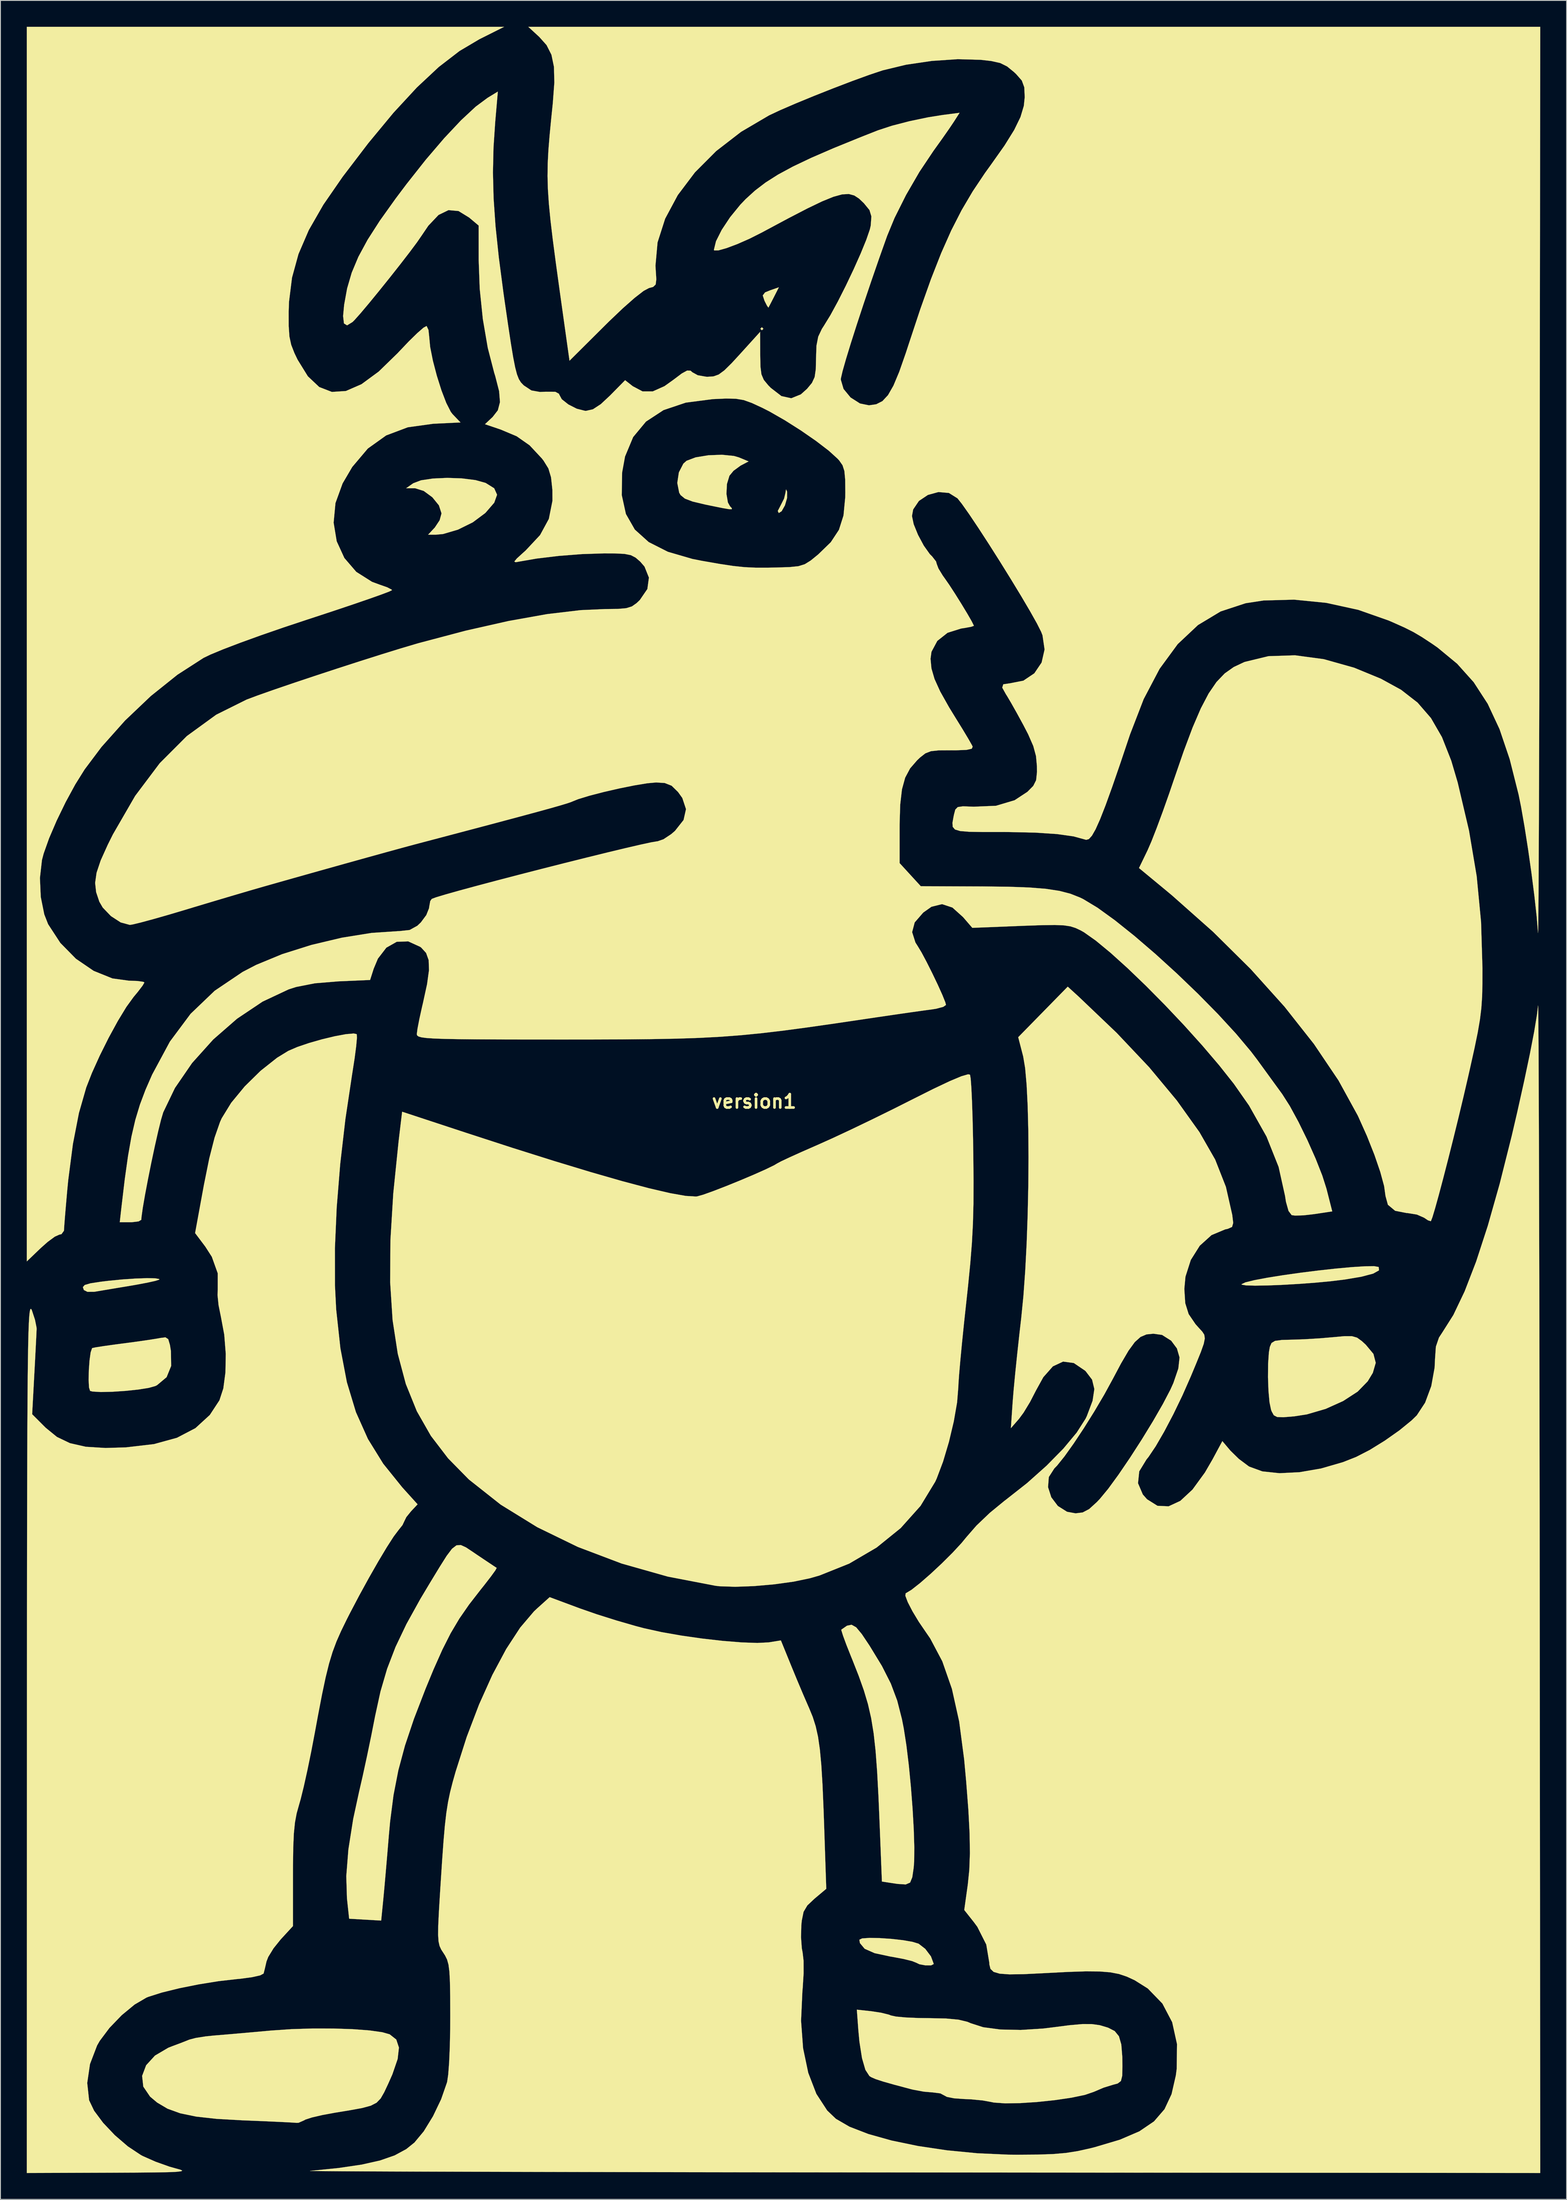
<source format=kicad_pcb>
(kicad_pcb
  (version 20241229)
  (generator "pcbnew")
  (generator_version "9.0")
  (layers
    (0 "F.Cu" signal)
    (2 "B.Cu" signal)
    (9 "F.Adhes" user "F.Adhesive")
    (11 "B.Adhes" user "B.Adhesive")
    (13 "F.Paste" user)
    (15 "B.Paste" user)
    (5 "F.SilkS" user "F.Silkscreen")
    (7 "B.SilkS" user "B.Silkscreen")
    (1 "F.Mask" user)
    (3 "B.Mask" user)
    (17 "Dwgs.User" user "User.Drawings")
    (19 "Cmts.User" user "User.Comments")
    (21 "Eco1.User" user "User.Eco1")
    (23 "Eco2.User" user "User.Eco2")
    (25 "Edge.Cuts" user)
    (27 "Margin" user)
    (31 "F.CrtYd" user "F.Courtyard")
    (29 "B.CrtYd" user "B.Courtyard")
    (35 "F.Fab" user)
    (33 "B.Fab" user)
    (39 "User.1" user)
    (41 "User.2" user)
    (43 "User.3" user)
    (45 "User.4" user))
  (footprint "version1"
    (layer "F.Cu")
    (at 82.908 122.419)
    (property "Reference" "version1" (at 0 0 0) (layer "F.SilkS") (effects (font (size 1.524 1.524) (thickness 0.3))))
    (attr through_hole)
    (fp_poly (pts (xy 1.058 -88.018) (xy 0.882 -87.842) (xy 0.706 -88.018) (xy 0.882 -88.194) (xy 1.058 -88.018)) (stroke (width 0.01) (type solid)) (fill yes) (layer "F.SilkS"))
    (fp_poly (pts (xy 2.248 -91.615) (xy 1.858 -90.857) (xy 1.639 -90.444) (xy 1.627 -90.425) (xy 1.464 -90.652) (xy 1.185 -91.199) (xy 0.983 -91.812) (xy 1.244 -92.16) (xy 1.806 -92.39) (xy 2.821 -92.743) (xy 2.248 -91.615)) (stroke (width 0.01) (type solid)) (fill yes) (layer "F.SilkS"))
    (fp_poly (pts (xy 3.759 -69.469) (xy 3.756 -68.74) (xy 3.512 -67.899) (xy 3.136 -67.236) (xy 2.811 -67.028) (xy 2.694 -67.263) (xy 2.979 -67.812) (xy 3.417 -68.677) (xy 3.569 -69.311) (xy 3.637 -69.726) (xy 3.759 -69.469)) (stroke (width 0.01) (type solid)) (fill yes) (layer "F.SilkS"))
    (fp_poly (pts (xy -68.247 20.148) (xy -67.801 20.233) (xy -67.801 20.294) (xy -68.21 20.43) (xy -69.148 20.639) (xy -70.447 20.884) (xy -71.123 21) (xy -72.653 21.254) (xy -74.02 21.483) (xy -74.999 21.648) (xy -75.216 21.685) (xy -75.993 21.687) (xy -76.398 21.484) (xy -76.513 21.15) (xy -76.299 20.908) (xy -75.648 20.716) (xy -74.452 20.533) (xy -73.663 20.438) (xy -72.04 20.277) (xy -70.504 20.173) (xy -69.194 20.129) (xy -68.247 20.148)) (stroke (width 0.01) (type solid)) (fill yes) (layer "F.SilkS"))
    (fp_poly (pts (xy 14.322 95.304) (xy 15.651 95.394) (xy 16.956 95.541) (xy 18.056 95.732) (xy 18.747 95.943) (xy 19.508 96.532) (xy 20.155 97.388) (xy 20.458 98.2) (xy 20.461 98.265) (xy 20.173 98.412) (xy 19.526 98.411) (xy 18.844 98.286) (xy 18.503 98.122) (xy 18.011 97.924) (xy 17.021 97.68) (xy 15.731 97.438) (xy 15.522 97.405) (xy 13.737 97.022) (xy 12.6 96.521) (xy 12.058 95.872) (xy 11.994 95.491) (xy 12.313 95.34) (xy 13.149 95.282) (xy 14.322 95.304)) (stroke (width 0.01) (type solid)) (fill yes) (layer "F.SilkS"))
    (fp_poly (pts (xy 71.187 18.858) (xy 71.191 18.862) (xy 71.224 19.242) (xy 70.563 19.611) (xy 69.221 19.966) (xy 67.331 20.285) (xy 65.756 20.477) (xy 63.962 20.646) (xy 62.074 20.786) (xy 60.217 20.893) (xy 58.515 20.961) (xy 57.091 20.983) (xy 56.072 20.954) (xy 55.581 20.869) (xy 55.56 20.818) (xy 56.004 20.607) (xy 57.024 20.356) (xy 58.493 20.079) (xy 60.283 19.793) (xy 62.269 19.513) (xy 64.324 19.256) (xy 66.32 19.036) (xy 68.131 18.871) (xy 69.631 18.776) (xy 70.691 18.766) (xy 71.187 18.858)) (stroke (width 0.01) (type solid)) (fill yes) (layer "F.SilkS"))
    (fp_poly (pts (xy -33.29 -70.973) (xy -31.759 -70.78) (xy -30.603 -70.457) (xy -29.627 -69.848) (xy -29.299 -69.114) (xy -29.622 -68.206) (xy -30.597 -67.078) (xy -30.66 -67.017) (xy -32.068 -65.969) (xy -33.759 -65.135) (xy -35.444 -64.64) (xy -36.284 -64.558) (xy -37.165 -64.558) (xy -36.398 -65.375) (xy -35.846 -66.206) (xy -35.631 -66.989) (xy -35.93 -67.904) (xy -36.678 -68.824) (xy -37.654 -69.542) (xy -38.634 -69.849) (xy -38.681 -69.85) (xy -39.668 -69.85) (xy -38.853 -70.421) (xy -37.971 -70.756) (xy -36.609 -70.96) (xy -34.977 -71.033) (xy -33.29 -70.973)) (stroke (width 0.01) (type solid)) (fill yes) (layer "F.SilkS"))
    (fp_poly (pts (xy -2.304 -73.532) (xy -1.738 -73.367) (xy -0.63 -72.908) (xy -1.541 -72.431) (xy -2.346 -71.843) (xy -2.813 -71.278) (xy -3.099 -70.333) (xy -3.155 -69.211) (xy -2.989 -68.229) (xy -2.752 -67.804) (xy -2.543 -67.578) (xy -2.549 -67.464) (xy -2.877 -67.468) (xy -3.636 -67.599) (xy -4.936 -67.863) (xy -5.586 -67.998) (xy -7.01 -68.336) (xy -7.889 -68.67) (xy -8.381 -69.071) (xy -8.541 -69.343) (xy -8.759 -70.456) (xy -8.578 -71.661) (xy -8.068 -72.653) (xy -7.704 -72.979) (xy -6.662 -73.372) (xy -5.219 -73.608) (xy -3.67 -73.667) (xy -2.304 -73.532)) (stroke (width 0.01) (type solid)) (fill yes) (layer "F.SilkS"))
    (fp_poly (pts (xy -66.782 27.08) (xy -66.589 27.731) (xy -66.475 28.433) (xy -66.449 30.132) (xy -66.967 31.408) (xy -68.054 32.317) (xy -68.246 32.415) (xy -68.998 32.628) (xy -70.203 32.819) (xy -71.653 32.972) (xy -73.141 33.071) (xy -74.46 33.101) (xy -75.404 33.046) (xy -75.689 32.974) (xy -75.812 32.582) (xy -75.856 31.719) (xy -75.832 30.611) (xy -75.751 29.488) (xy -75.624 28.577) (xy -75.462 28.106) (xy -75.45 28.096) (xy -75.066 28.012) (xy -74.14 27.867) (xy -72.834 27.685) (xy -71.967 27.571) (xy -70.391 27.362) (xy -68.986 27.16) (xy -67.964 26.997) (xy -67.672 26.942) (xy -67.1 26.87) (xy -66.782 27.08)) (stroke (width 0.01) (type solid)) (fill yes) (layer "F.SilkS"))
    (fp_poly (pts (xy 68.726 26.907) (xy 69.267 27.297) (xy 69.723 27.717) (xy 70.591 28.758) (xy 70.855 29.772) (xy 70.522 30.917) (xy 69.938 31.881) (xy 68.798 33.05) (xy 67.139 34.126) (xy 65.147 35.021) (xy 63.011 35.645) (xy 61.563 35.871) (xy 60.332 35.971) (xy 59.618 35.947) (xy 59.235 35.747) (xy 58.998 35.319) (xy 58.924 35.128) (xy 58.746 34.274) (xy 58.627 32.954) (xy 58.573 31.407) (xy 58.587 29.871) (xy 58.675 28.584) (xy 58.783 27.958) (xy 58.976 27.515) (xy 59.374 27.273) (xy 60.155 27.168) (xy 61.16 27.142) (xy 62.686 27.092) (xy 64.486 26.982) (xy 65.93 26.859) (xy 67.275 26.738) (xy 68.134 26.737) (xy 68.726 26.907)) (stroke (width 0.01) (type solid)) (fill yes) (layer "F.SilkS"))
    (fp_poly (pts (xy 11.632 59.903) (xy 12.27 60.668) (xy 13.143 61.972) (xy 13.181 62.032) (xy 14.569 64.311) (xy 15.579 66.304) (xy 16.307 68.244) (xy 16.85 70.368) (xy 17.059 71.438) (xy 17.358 73.363) (xy 17.633 75.631) (xy 17.871 78.086) (xy 18.062 80.568) (xy 18.195 82.92) (xy 18.258 84.984) (xy 18.24 86.601) (xy 18.187 87.287) (xy 18.027 88.378) (xy 17.781 88.978) (xy 17.278 89.194) (xy 16.35 89.134) (xy 15.485 89.005) (xy 14.566 88.863) (xy 14.319 82.62) (xy 14.174 79.184) (xy 14.022 76.342) (xy 13.846 73.98) (xy 13.625 71.986) (xy 13.341 70.247) (xy 12.976 68.65) (xy 12.508 67.084) (xy 11.921 65.435) (xy 11.195 63.591) (xy 11.035 63.2) (xy 10.516 61.893) (xy 10.136 60.862) (xy 9.948 60.259) (xy 9.943 60.165) (xy 10.586 59.719) (xy 11.109 59.61) (xy 11.632 59.903)) (stroke (width 0.01) (type solid)) (fill yes) (layer "F.SilkS"))
    (fp_poly (pts (xy -47.98 105.603) (xy -45.769 105.678) (xy -43.858 105.82) (xy -42.385 106.026) (xy -41.541 106.267) (xy -40.789 106.86) (xy -40.485 107.775) (xy -40.632 109.075) (xy -41.23 110.82) (xy -41.704 111.889) (xy -42.167 112.873) (xy -42.568 113.572) (xy -43.035 114.056) (xy -43.699 114.397) (xy -44.69 114.664) (xy -46.138 114.928) (xy -47.784 115.197) (xy -49.225 115.463) (xy -50.407 115.738) (xy -51.15 115.979) (xy -51.294 116.064) (xy -51.933 116.345) (xy -52.193 116.349) (xy -52.72 116.313) (xy -53.818 116.256) (xy -55.353 116.186) (xy -57.193 116.108) (xy -58.385 116.06) (xy -61.283 115.896) (xy -63.588 115.64) (xy -65.411 115.264) (xy -66.862 114.739) (xy -68.049 114.037) (xy -68.852 113.361) (xy -69.624 112.225) (xy -69.759 111.002) (xy -69.301 109.79) (xy -68.294 108.689) (xy -66.782 107.798) (xy -66.322 107.617) (xy -65.289 107.232) (xy -64.435 106.893) (xy -64.382 106.871) (xy -63.653 106.679) (xy -62.507 106.499) (xy -61.56 106.402) (xy -60.35 106.303) (xy -58.67 106.158) (xy -56.753 105.989) (xy -55.033 105.833) (xy -52.751 105.677) (xy -50.354 105.601) (xy -47.98 105.603)) (stroke (width 0.01) (type solid)) (fill yes) (layer "F.SilkS"))
    (fp_poly (pts (xy -32.848 50.795) (xy -32.083 51.302) (xy -31.632 51.609) (xy -30.568 52.322) (xy -29.759 52.862) (xy -29.358 53.126) (xy -29.343 53.136) (xy -29.496 53.42) (xy -30.004 54.121) (xy -30.771 55.112) (xy -31.166 55.605) (xy -32.491 57.311) (xy -33.601 58.913) (xy -34.587 60.573) (xy -35.538 62.452) (xy -36.545 64.711) (xy -37.448 66.895) (xy -38.777 70.337) (xy -39.796 73.371) (xy -40.555 76.196) (xy -41.103 79.013) (xy -41.491 82.021) (xy -41.639 83.639) (xy -41.81 85.696) (xy -41.983 87.72) (xy -42.14 89.502) (xy -42.264 90.832) (xy -42.282 91.017) (xy -42.51 93.31) (xy -44.336 93.204) (xy -46.161 93.098) (xy -46.41 90.778) (xy -46.487 88.25) (xy -46.246 85.201) (xy -45.699 81.735) (xy -45.035 78.669) (xy -44.615 76.842) (xy -44.129 74.603) (xy -43.638 72.237) (xy -43.203 70.027) (xy -43.203 70.026) (xy -42.588 67.209) (xy -41.834 64.635) (xy -40.872 62.134) (xy -39.631 59.534) (xy -38.042 56.667) (xy -36.959 54.857) (xy -35.857 53.045) (xy -35.048 51.764) (xy -34.438 50.956) (xy -33.931 50.564) (xy -33.433 50.529) (xy -32.848 50.795)) (stroke (width 0.01) (type solid)) (fill yes) (layer "F.SilkS"))
    (fp_poly (pts (xy 13.35 103.634) (xy 14.473 103.805) (xy 15.367 104.027) (xy 15.587 104.116) (xy 16.176 104.244) (xy 17.291 104.346) (xy 18.752 104.409) (xy 19.855 104.422) (xy 21.851 104.463) (xy 23.288 104.596) (xy 24.305 104.839) (xy 24.69 105.002) (xy 26.111 105.458) (xy 28.059 105.717) (xy 30.379 105.769) (xy 32.918 105.609) (xy 33.968 105.482) (xy 35.952 105.227) (xy 37.408 105.099) (xy 38.503 105.1) (xy 39.404 105.228) (xy 40.276 105.487) (xy 40.359 105.516) (xy 41.1 105.896) (xy 41.581 106.485) (xy 41.853 107.422) (xy 41.967 108.844) (xy 41.981 109.906) (xy 41.955 110.998) (xy 41.809 111.585) (xy 41.443 111.867) (xy 40.919 112.008) (xy 39.835 112.342) (xy 38.718 112.819) (xy 38.714 112.821) (xy 37.695 113.168) (xy 36.16 113.487) (xy 34.296 113.762) (xy 32.293 113.973) (xy 30.338 114.102) (xy 28.621 114.131) (xy 27.331 114.04) (xy 26.988 113.969) (xy 26.025 113.796) (xy 24.721 113.671) (xy 23.922 113.636) (xy 22.791 113.556) (xy 21.97 113.392) (xy 21.696 113.242) (xy 21.221 112.992) (xy 20.393 112.889) (xy 19.327 112.796) (xy 18.086 112.565) (xy 17.856 112.508) (xy 15.997 112.013) (xy 14.706 111.647) (xy 13.864 111.373) (xy 13.355 111.153) (xy 13.144 111.02) (xy 12.683 110.312) (xy 12.296 108.978) (xy 12.001 107.096) (xy 11.88 105.792) (xy 11.708 103.458) (xy 13.35 103.634)) (stroke (width 0.01) (type solid)) (fill yes) (layer "F.SilkS"))
    (fp_poly (pts (xy 64.933 -50.382) (xy 68.388 -49.411) (xy 71.438 -48.156) (xy 73.746 -46.891) (xy 75.624 -45.431) (xy 77.15 -43.67) (xy 78.403 -41.5) (xy 79.462 -38.816) (xy 80.194 -36.336) (xy 81.484 -30.862) (xy 82.361 -25.655) (xy 82.86 -20.44) (xy 83.019 -15.169) (xy 83.015 -13.404) (xy 82.98 -11.945) (xy 82.892 -10.636) (xy 82.731 -9.323) (xy 82.478 -7.85) (xy 82.11 -6.059) (xy 81.607 -3.797) (xy 81.38 -2.795) (xy 80.855 -0.533) (xy 80.283 1.856) (xy 79.689 4.27) (xy 79.1 6.609) (xy 78.542 8.772) (xy 78.041 10.658) (xy 77.623 12.165) (xy 77.314 13.193) (xy 77.14 13.641) (xy 77.136 13.646) (xy 76.813 13.543) (xy 76.351 13.237) (xy 75.54 12.884) (xy 74.475 12.714) (xy 74.373 12.711) (xy 73.069 12.458) (xy 72.24 11.768) (xy 71.967 10.772) (xy 71.81 9.64) (xy 71.372 8.028) (xy 70.704 6.08) (xy 69.855 3.94) (xy 68.874 1.753) (xy 68.795 1.587) (xy 66.605 -2.399) (xy 63.805 -6.55) (xy 60.451 -10.799) (xy 56.601 -15.079) (xy 52.31 -19.325) (xy 47.635 -23.47) (xy 46.893 -24.088) (xy 43.868 -26.588) (xy 44.847 -28.61) (xy 45.29 -29.629) (xy 45.889 -31.158) (xy 46.585 -33.036) (xy 47.317 -35.102) (xy 47.818 -36.571) (xy 48.964 -39.894) (xy 49.982 -42.604) (xy 50.916 -44.774) (xy 51.808 -46.475) (xy 52.701 -47.779) (xy 53.64 -48.758) (xy 54.666 -49.484) (xy 55.824 -50.029) (xy 55.935 -50.072) (xy 58.621 -50.723) (xy 61.649 -50.823) (xy 64.933 -50.382)) (stroke (width 0.01) (type solid)) (fill yes) (layer "F.SilkS"))
    (fp_poly (pts (xy 24.608 -3.05) (xy 24.686 -2.597) (xy 24.763 -1.541) (xy 24.836 0.018) (xy 24.902 1.978) (xy 24.954 4.238) (xy 24.983 5.997) (xy 25.01 9.073) (xy 25 11.65) (xy 24.94 13.934) (xy 24.823 16.131) (xy 24.638 18.448) (xy 24.376 21.091) (xy 24.189 22.811) (xy 23.927 25.232) (xy 23.695 27.505) (xy 23.504 29.506) (xy 23.364 31.114) (xy 23.288 32.203) (xy 23.278 32.512) (xy 23.136 34.279) (xy 22.759 36.448) (xy 22.207 38.776) (xy 21.538 41.023) (xy 20.811 42.949) (xy 20.645 43.314) (xy 18.969 46.071) (xy 16.708 48.598) (xy 13.964 50.815) (xy 10.843 52.643) (xy 7.448 54.002) (xy 6.35 54.317) (xy 4.485 54.704) (xy 2.29 55.006) (xy 0.000048 55.207) (xy -2.151 55.286) (xy -3.93 55.227) (xy -4.41 55.171) (xy -9.84 54.127) (xy -15.102 52.638) (xy -20.096 50.747) (xy -24.724 48.496) (xy -28.886 45.929) (xy -32.482 43.088) (xy -32.559 43.018) (xy -34.886 40.651) (xy -36.845 38.091) (xy -38.446 35.287) (xy -39.7 32.187) (xy -40.618 28.742) (xy -41.209 24.9) (xy -41.485 20.611) (xy -41.456 15.823) (xy -41.132 10.487) (xy -40.525 4.554) (xy -40.121 1.17) (xy -32.849 3.563) (xy -27.563 5.28) (xy -22.819 6.775) (xy -18.634 8.043) (xy -15.022 9.081) (xy -12 9.882) (xy -9.585 10.444) (xy -7.793 10.761) (xy -6.639 10.829) (xy -6.488 10.813) (xy -5.798 10.619) (xy -4.641 10.205) (xy -3.185 9.642) (xy -1.598 8.998) (xy -0.048 8.343) (xy 1.297 7.745) (xy 2.27 7.273) (xy 2.646 7.051) (xy 3.088 6.816) (xy 4.045 6.366) (xy 5.383 5.762) (xy 6.968 5.066) (xy 7.232 4.951) (xy 8.945 4.183) (xy 11.09 3.181) (xy 13.473 2.036) (xy 15.9 0.843) (xy 17.906 -0.167) (xy 20.394 -1.414) (xy 22.292 -2.312) (xy 23.617 -2.868) (xy 24.387 -3.092) (xy 24.608 -3.05)) (stroke (width 0.01) (type solid)) (fill yes) (layer "F.SilkS"))
    (fp_poly (pts (xy -31.314 -121.002) (xy -33.578 -119.661) (xy -35.941 -117.842) (xy -38.437 -115.51) (xy -41.103 -112.63) (xy -43.972 -109.167) (xy -46.901 -105.33) (xy -49.097 -102.153) (xy -50.76 -99.258) (xy -51.936 -96.528) (xy -52.672 -93.845) (xy -53.016 -91.091) (xy -53.054 -89.957) (xy -53.05 -88.311) (xy -52.969 -87.134) (xy -52.766 -86.191) (xy -52.398 -85.248) (xy -52.033 -84.489) (xy -50.866 -82.603) (xy -49.57 -81.381) (xy -48.129 -80.823) (xy -46.528 -80.93) (xy -44.753 -81.704) (xy -42.789 -83.145) (xy -40.619 -85.256) (xy -40.496 -85.389) (xy -39.362 -86.58) (xy -38.389 -87.531) (xy -37.679 -88.147) (xy -37.333 -88.333) (xy -37.33 -88.331) (xy -37.119 -87.884) (xy -37.042 -87.161) (xy -36.925 -85.939) (xy -36.615 -84.378) (xy -36.167 -82.669) (xy -35.64 -81.002) (xy -35.09 -79.568) (xy -34.575 -78.556) (xy -34.376 -78.296) (xy -33.467 -77.347) (xy -36.577 -77.197) (xy -39.476 -76.796) (xy -41.941 -75.869) (xy -44.031 -74.376) (xy -45.806 -72.278) (xy -46.908 -70.401) (xy -47.72 -68.165) (xy -47.93 -65.931) (xy -47.579 -63.808) (xy -46.705 -61.904) (xy -45.35 -60.329) (xy -43.552 -59.19) (xy -42.692 -58.874) (xy -41.819 -58.567) (xy -41.321 -58.306) (xy -41.277 -58.241) (xy -41.599 -58.082) (xy -42.509 -57.738) (xy -43.923 -57.237) (xy -45.756 -56.608) (xy -47.925 -55.88) (xy -50.346 -55.083) (xy -50.89 -54.906) (xy -53.66 -53.986) (xy -56.259 -53.087) (xy -58.583 -52.246) (xy -60.528 -51.504) (xy -61.989 -50.897) (xy -62.757 -50.526) (xy -65.727 -48.613) (xy -68.764 -46.184) (xy -71.705 -43.389) (xy -74.39 -40.379) (xy -76.309 -37.824) (xy -77.378 -36.113) (xy -78.472 -34.103) (xy -79.498 -31.99) (xy -80.366 -29.969) (xy -80.982 -28.236) (xy -81.174 -27.508) (xy -81.407 -25.456) (xy -81.311 -23.294) (xy -80.911 -21.308) (xy -80.474 -20.192) (xy -79.079 -18.057) (xy -77.303 -16.253) (xy -75.281 -14.874) (xy -73.144 -14.013) (xy -71.283 -13.758) (xy -70.27 -13.721) (xy -69.622 -13.626) (xy -69.497 -13.55) (xy -69.708 -13.187) (xy -70.251 -12.478) (xy -70.732 -11.899) (xy -71.55 -10.772) (xy -72.528 -9.165) (xy -73.571 -7.256) (xy -74.586 -5.222) (xy -75.481 -3.243) (xy -76.129 -1.587) (xy -76.96 1.311) (xy -77.647 4.845) (xy -78.181 8.957) (xy -78.304 10.231) (xy -78.448 11.879) (xy -78.566 13.287) (xy -78.643 14.295) (xy -78.668 14.728) (xy -78.953 15.12) (xy -79.192 15.169) (xy -79.708 15.4) (xy -80.523 15.999) (xy -81.309 16.696) (xy -82.903 18.224) (xy -82.903 -122.414) (xy -28.493 -122.414) (xy -31.314 -121.002)) (stroke (width 0.01) (type solid)) (fill yes) (layer "F.SilkS"))
    (fp_poly (pts (xy -45.296 -7.666) (xy -45.272 -7.259) (xy -45.358 -6.297) (xy -45.537 -4.92) (xy -45.793 -3.269) (xy -45.819 -3.112) (xy -46.589 2.015) (xy -47.179 7.122) (xy -47.58 12.071) (xy -47.784 16.726) (xy -47.779 20.95) (xy -47.64 23.689) (xy -47.158 28.119) (xy -46.42 31.984) (xy -45.388 35.392) (xy -44.02 38.45) (xy -42.277 41.266) (xy -40.118 43.946) (xy -40.047 44.025) (xy -38.359 45.892) (xy -39.112 46.693) (xy -39.642 47.348) (xy -39.864 47.8) (xy -39.864 47.801) (xy -40.082 48.262) (xy -40.54 48.837) (xy -41.083 49.557) (xy -41.872 50.783) (xy -42.837 52.394) (xy -43.906 54.265) (xy -45.009 56.274) (xy -46.074 58.298) (xy -46.434 59.006) (xy -47.078 60.324) (xy -47.607 61.521) (xy -48.054 62.719) (xy -48.454 64.042) (xy -48.842 65.611) (xy -49.252 67.551) (xy -49.719 69.983) (xy -50.073 71.905) (xy -50.486 74.073) (xy -50.918 76.174) (xy -51.331 78.034) (xy -51.688 79.482) (xy -51.869 80.114) (xy -52.143 81.093) (xy -52.337 82.131) (xy -52.463 83.374) (xy -52.533 84.969) (xy -52.562 87.062) (xy -52.564 88.113) (xy -52.564 93.936) (xy -53.963 95.454) (xy -54.778 96.467) (xy -55.382 97.452) (xy -55.58 97.963) (xy -55.779 98.824) (xy -55.913 99.342) (xy -56.295 99.548) (xy -57.211 99.755) (xy -58.493 99.93) (xy -58.966 99.974) (xy -61.056 100.213) (xy -63.318 100.577) (xy -65.543 101.024) (xy -67.521 101.511) (xy -69.045 101.995) (xy -69.259 102.08) (xy -70.61 102.87) (xy -72.085 104.087) (xy -73.479 105.533) (xy -74.587 107.01) (xy -74.89 107.536) (xy -75.7 109.654) (xy -76.016 111.808) (xy -75.803 113.767) (xy -75.8 113.78) (xy -75.231 114.971) (xy -74.202 116.35) (xy -72.868 117.757) (xy -71.384 119.032) (xy -69.902 120.016) (xy -69.673 120.137) (xy -68.229 120.775) (xy -66.656 121.336) (xy -65.907 121.547) (xy -65.404 121.682) (xy -65.186 121.789) (xy -65.312 121.87) (xy -65.841 121.929) (xy -66.833 121.972) (xy -68.347 122) (xy -70.442 122.018) (xy -73.178 122.03) (xy -73.466 122.031) (xy -82.903 122.061) (xy -82.887 72.231) (xy -82.885 65.297) (xy -82.881 59.035) (xy -82.876 53.414) (xy -82.87 48.4) (xy -82.861 43.961) (xy -82.85 40.064) (xy -82.836 36.676) (xy -82.818 33.765) (xy -82.797 31.298) (xy -82.772 29.242) (xy -82.743 27.565) (xy -82.709 26.233) (xy -82.669 25.215) (xy -82.624 24.477) (xy -82.574 23.987) (xy -82.516 23.712) (xy -82.452 23.619) (xy -82.381 23.676) (xy -82.317 23.812) (xy -81.97 24.867) (xy -81.792 25.754) (xy -81.784 25.929) (xy -81.811 26.54) (xy -81.869 27.694) (xy -81.948 29.231) (xy -82.042 30.989) (xy -82.05 31.131) (xy -82.292 35.628) (xy -80.746 37.174) (xy -79.467 38.216) (xy -77.986 38.926) (xy -76.179 39.336) (xy -73.925 39.475) (xy -71.614 39.405) (xy -68.415 39.034) (xy -65.79 38.314) (xy -63.683 37.215) (xy -62.042 35.713) (xy -60.945 34.043) (xy -60.502 32.689) (xy -60.26 30.86) (xy -60.224 28.755) (xy -60.395 26.576) (xy -60.778 24.525) (xy -60.78 24.518) (xy -61.044 23.216) (xy -61.163 22.046) (xy -61.136 21.436) (xy -61.135 19.588) (xy -61.814 17.693) (xy -62.56 16.532) (xy -63.72 14.993) (xy -62.718 9.525) (xy -62.106 6.493) (xy -61.498 4.117) (xy -60.881 2.347) (xy -60.691 1.922) (xy -59.606 0.155) (xy -58.066 -1.712) (xy -56.26 -3.486) (xy -54.376 -4.978) (xy -53.104 -5.757) (xy -52.073 -6.203) (xy -50.731 -6.658) (xy -49.248 -7.081) (xy -47.791 -7.43) (xy -46.531 -7.664) (xy -45.635 -7.742) (xy -45.296 -7.666)) (stroke (width 0.01) (type solid)) (fill yes) (layer "F.SilkS"))
    (fp_poly (pts (xy 37.012 -11.924) (xy 41.328 -7.809) (xy 45.035 -3.889) (xy 48.184 -0.107) (xy 50.759 3.494) (xy 52.552 6.62) (xy 53.775 9.727) (xy 54.498 12.916) (xy 54.608 13.84) (xy 54.476 14.296) (xy 53.994 14.509) (xy 53.694 14.573) (xy 52.135 15.225) (xy 50.797 16.432) (xy 49.775 18.055) (xy 49.166 19.957) (xy 49.036 21.352) (xy 49.141 22.981) (xy 49.529 24.222) (xy 50.311 25.37) (xy 50.71 25.817) (xy 51.082 26.22) (xy 51.31 26.572) (xy 51.372 26.995) (xy 51.249 27.612) (xy 50.919 28.545) (xy 50.362 29.916) (xy 49.77 31.335) (xy 48.82 33.489) (xy 47.785 35.63) (xy 46.742 37.611) (xy 45.773 39.282) (xy 44.955 40.497) (xy 44.722 40.784) (xy 43.896 42.138) (xy 43.757 43.489) (xy 44.305 44.77) (xy 44.785 45.315) (xy 45.973 46.061) (xy 47.245 46.119) (xy 48.581 45.499) (xy 49.966 44.213) (xy 51.382 42.271) (xy 52.249 40.777) (xy 53.371 38.692) (xy 54.291 39.78) (xy 55.252 40.72) (xy 56.356 41.545) (xy 56.444 41.599) (xy 57.932 42.141) (xy 59.888 42.348) (xy 62.167 42.233) (xy 64.624 41.809) (xy 67.114 41.089) (xy 68.615 40.498) (xy 70.162 39.704) (xy 71.885 38.64) (xy 73.557 37.463) (xy 74.948 36.329) (xy 75.536 35.755) (xy 76.483 34.314) (xy 77.185 32.424) (xy 77.565 30.323) (xy 77.611 29.339) (xy 77.709 27.932) (xy 78.059 26.902) (xy 78.442 26.315) (xy 79.702 24.325) (xy 80.987 21.633) (xy 82.297 18.242) (xy 83.629 14.156) (xy 84.983 9.378) (xy 86.358 3.911) (xy 86.981 1.235) (xy 87.78 -2.353) (xy 88.427 -5.429) (xy 88.914 -7.949) (xy 89.231 -9.869) (xy 89.356 -10.936) (xy 89.37 -10.752) (xy 89.383 -9.895) (xy 89.396 -8.399) (xy 89.41 -6.296) (xy 89.423 -3.621) (xy 89.437 -0.406) (xy 89.45 3.316) (xy 89.463 7.512) (xy 89.475 12.148) (xy 89.487 17.192) (xy 89.499 22.61) (xy 89.509 28.369) (xy 89.519 34.436) (xy 89.528 40.778) (xy 89.536 47.362) (xy 89.543 54.154) (xy 89.544 54.769) (xy 89.606 122.061) (xy 18.785 122.002) (xy 11.793 121.995) (xy 5.004 121.988) (xy -1.551 121.98) (xy -7.838 121.971) (xy -13.825 121.961) (xy -19.48 121.95) (xy -24.769 121.939) (xy -29.662 121.928) (xy -34.125 121.916) (xy -38.126 121.904) (xy -41.632 121.891) (xy -44.611 121.879) (xy -47.03 121.866) (xy -48.858 121.853) (xy -50.061 121.841) (xy -50.607 121.829) (xy -50.624 121.823) (xy -47.375 121.496) (xy -44.743 121.109) (xy -42.638 120.637) (xy -40.971 120.057) (xy -39.654 119.345) (xy -38.722 118.597) (xy -37.659 117.319) (xy -36.6 115.593) (xy -35.676 113.664) (xy -35.019 111.778) (xy -34.986 111.654) (xy -34.866 110.83) (xy -34.763 109.453) (xy -34.686 107.675) (xy -34.642 105.647) (xy -34.634 104.185) (xy -34.643 101.958) (xy -34.671 100.319) (xy -34.731 99.15) (xy -34.836 98.333) (xy -34.998 97.749) (xy -35.23 97.283) (xy -35.403 97.016) (xy -35.668 96.607) (xy -35.856 96.199) (xy -35.971 95.681) (xy -36.02 94.943) (xy -36.006 93.874) (xy -35.934 92.365) (xy -35.81 90.306) (xy -35.747 89.316) (xy -35.564 86.495) (xy -35.403 84.256) (xy -35.248 82.478) (xy -35.082 81.038) (xy -34.889 79.814) (xy -34.653 78.684) (xy -34.358 77.525) (xy -34.02 76.331) (xy -32.762 72.391) (xy -31.353 68.694) (xy -29.839 65.327) (xy -28.261 62.378) (xy -26.665 59.936) (xy -25.095 58.089) (xy -24.766 57.779) (xy -23.306 56.467) (xy -19.855 57.75) (xy -17.937 58.416) (xy -15.693 59.123) (xy -13.488 59.76) (xy -12.541 60.009) (xy -10.572 60.444) (xy -8.315 60.841) (xy -5.933 61.181) (xy -3.585 61.447) (xy -1.433 61.621) (xy 0.362 61.684) (xy 1.641 61.62) (xy 1.712 61.609) (xy 3.051 61.395) (xy 4.234 64.299) (xy 4.898 65.908) (xy 5.585 67.535) (xy 6.166 68.876) (xy 6.259 69.084) (xy 6.68 70.11) (xy 7.017 71.17) (xy 7.284 72.368) (xy 7.493 73.808) (xy 7.659 75.592) (xy 7.795 77.823) (xy 7.914 80.606) (xy 7.972 82.229) (xy 8.223 89.69) (xy 6.88 90.818) (xy 6.068 91.582) (xy 5.636 92.312) (xy 5.432 93.316) (xy 5.38 93.862) (xy 5.346 95.204) (xy 5.436 96.459) (xy 5.528 96.952) (xy 5.638 97.896) (xy 5.641 99.318) (xy 5.537 101.001) (xy 5.503 101.361) (xy 5.35 104.72) (xy 5.58 107.847) (xy 6.17 110.654) (xy 7.094 113.05) (xy 8.331 114.946) (xy 9.323 115.892) (xy 10.875 116.793) (xy 13.024 117.623) (xy 15.662 118.362) (xy 18.68 118.987) (xy 21.973 119.478) (xy 25.431 119.814) (xy 28.948 119.972) (xy 29.986 119.981) (xy 32.28 119.966) (xy 34.063 119.906) (xy 35.529 119.78) (xy 36.871 119.57) (xy 38.284 119.257) (xy 38.842 119.116) (xy 41.689 118.27) (xy 43.909 117.318) (xy 45.579 116.185) (xy 46.777 114.798) (xy 47.581 113.082) (xy 48.067 110.962) (xy 48.167 110.204) (xy 48.203 107.381) (xy 47.652 104.885) (xy 46.535 102.759) (xy 44.872 101.045) (xy 43.377 100.106) (xy 42.483 99.694) (xy 41.595 99.396) (xy 40.593 99.203) (xy 39.363 99.105) (xy 37.786 99.093) (xy 35.747 99.16) (xy 33.129 99.295) (xy 32.954 99.305) (xy 30.721 99.414) (xy 29.096 99.437) (xy 27.987 99.356) (xy 27.299 99.154) (xy 26.94 98.812) (xy 26.816 98.313) (xy 26.811 98.134) (xy 26.463 96.043) (xy 25.44 94.017) (xy 25.05 93.49) (xy 23.951 92.103) (xy 24.359 89.178) (xy 24.527 87.528) (xy 24.596 85.634) (xy 24.562 83.399) (xy 24.423 80.727) (xy 24.176 77.521) (xy 23.943 74.965) (xy 23.373 70.63) (xy 22.546 66.914) (xy 21.45 63.776) (xy 20.072 61.174) (xy 19.608 60.501) (xy 18.774 59.28) (xy 18.05 58.078) (xy 17.513 57.039) (xy 17.237 56.308) (xy 17.271 56.032) (xy 17.922 55.642) (xy 18.917 54.86) (xy 20.123 53.809) (xy 21.403 52.615) (xy 22.623 51.402) (xy 23.648 50.295) (xy 24.186 49.64) (xy 25.339 48.317) (xy 26.862 46.865) (xy 28.516 45.508) (xy 28.671 45.392) (xy 30.525 43.934) (xy 33.501 43.934) (xy 33.871 45.089) (xy 34.62 46.081) (xy 35.669 46.742) (xy 36.642 46.919) (xy 37.449 46.819) (xy 38.184 46.435) (xy 39.055 45.644) (xy 39.401 45.281) (xy 40.351 44.133) (xy 41.532 42.516) (xy 42.845 40.586) (xy 44.192 38.498) (xy 45.472 36.407) (xy 46.589 34.469) (xy 47.443 32.838) (xy 47.788 32.075) (xy 48.354 30.421) (xy 48.492 29.163) (xy 48.192 28.132) (xy 47.537 27.252) (xy 46.495 26.593) (xy 45.508 26.458) (xy 44.727 26.535) (xy 44.048 26.822) (xy 43.391 27.41) (xy 42.677 28.388) (xy 41.824 29.843) (xy 40.904 31.574) (xy 39.919 33.377) (xy 38.785 35.299) (xy 37.592 37.206) (xy 36.427 38.962) (xy 35.377 40.433) (xy 34.532 41.484) (xy 34.217 41.807) (xy 33.59 42.784) (xy 33.501 43.934) (xy 30.525 43.934) (xy 31.112 43.472) (xy 33.337 41.489) (xy 35.254 39.541) (xy 36.766 37.726) (xy 37.78 36.141) (xy 37.925 35.839) (xy 38.58 34.098) (xy 38.781 32.761) (xy 38.522 31.689) (xy 37.798 30.741) (xy 37.71 30.657) (xy 36.436 29.795) (xy 35.217 29.634) (xy 34.058 30.173) (xy 32.964 31.41) (xy 32.128 32.922) (xy 31.451 34.235) (xy 30.717 35.444) (xy 30.189 36.16) (xy 29.267 37.218) (xy 29.471 34.219) (xy 29.582 32.859) (xy 29.76 30.986) (xy 29.987 28.784) (xy 30.243 26.441) (xy 30.444 24.694) (xy 30.694 22.175) (xy 30.901 19.302) (xy 31.063 16.18) (xy 31.18 12.914) (xy 31.252 9.611) (xy 31.276 6.375) (xy 31.253 3.311) (xy 31.182 0.525) (xy 31.062 -1.878) (xy 30.893 -3.793) (xy 30.672 -5.114) (xy 30.661 -5.158) (xy 30.102 -7.318) (xy 35.747 -13.078) (xy 37.012 -11.924)) (stroke (width 0.01) (type solid)) (fill yes) (layer "F.SilkS"))
    (fp_poly (pts (xy 89.539 -69.762) (xy 89.53 -63.766) (xy 89.521 -57.991) (xy 89.51 -52.473) (xy 89.498 -47.248) (xy 89.485 -42.353) (xy 89.472 -37.824) (xy 89.458 -33.699) (xy 89.443 -30.013) (xy 89.428 -26.804) (xy 89.413 -24.108) (xy 89.398 -21.962) (xy 89.383 -20.402) (xy 89.368 -19.464) (xy 89.353 -19.187) (xy 89.349 -19.226) (xy 89.199 -21.06) (xy 88.942 -23.384) (xy 88.608 -25.997) (xy 88.224 -28.697) (xy 87.819 -31.283) (xy 87.422 -33.553) (xy 87.138 -34.961) (xy 86.123 -38.991) (xy 84.966 -42.41) (xy 83.614 -45.303) (xy 82.02 -47.758) (xy 80.131 -49.863) (xy 77.899 -51.705) (xy 77.258 -52.151) (xy 76.111 -52.904) (xy 75.157 -53.468) (xy 74.136 -53.982) (xy 72.792 -54.582) (xy 72.319 -54.786) (xy 68.871 -55.997) (xy 65.218 -56.796) (xy 61.554 -57.161) (xy 58.073 -57.067) (xy 56.021 -56.753) (xy 53.172 -55.817) (xy 50.595 -54.268) (xy 48.282 -52.095) (xy 46.222 -49.288) (xy 44.404 -45.833) (xy 42.847 -41.804) (xy 41.741 -38.512) (xy 40.819 -35.84) (xy 40.057 -33.734) (xy 39.432 -32.14) (xy 38.923 -31.004) (xy 38.505 -30.271) (xy 38.156 -29.888) (xy 37.853 -29.8) (xy 37.769 -29.822) (xy 36.412 -30.194) (xy 34.516 -30.46) (xy 32.031 -30.623) (xy 28.906 -30.69) (xy 28.174 -30.692) (xy 26.03 -30.692) (xy 24.498 -30.718) (xy 23.484 -30.802) (xy 22.893 -30.98) (xy 22.633 -31.286) (xy 22.609 -31.755) (xy 22.728 -32.42) (xy 22.78 -32.676) (xy 22.929 -33.244) (xy 23.209 -33.534) (xy 23.805 -33.621) (xy 24.905 -33.58) (xy 25.017 -33.574) (xy 27.571 -33.681) (xy 29.693 -34.313) (xy 31.146 -35.267) (xy 31.816 -35.943) (xy 32.145 -36.597) (xy 32.241 -37.517) (xy 32.236 -38.18) (xy 32.13 -39.343) (xy 31.822 -40.482) (xy 31.234 -41.828) (xy 30.687 -42.882) (xy 29.955 -44.225) (xy 29.295 -45.396) (xy 28.816 -46.206) (xy 28.702 -46.381) (xy 28.28 -47.142) (xy 28.402 -47.521) (xy 29.105 -47.625) (xy 29.122 -47.625) (xy 30.694 -47.933) (xy 31.937 -48.768) (xy 32.769 -49.997) (xy 33.108 -51.485) (xy 32.871 -53.099) (xy 32.718 -53.494) (xy 32.238 -54.447) (xy 31.453 -55.844) (xy 30.438 -57.566) (xy 29.266 -59.494) (xy 28.014 -61.51) (xy 26.754 -63.495) (xy 25.561 -65.33) (xy 24.51 -66.898) (xy 23.675 -68.079) (xy 23.179 -68.703) (xy 22.199 -69.315) (xy 21.012 -69.42) (xy 19.81 -69.092) (xy 18.785 -68.407) (xy 18.129 -67.438) (xy 17.992 -66.688) (xy 18.187 -65.756) (xy 18.682 -64.54) (xy 19.341 -63.312) (xy 20.029 -62.345) (xy 20.296 -62.08) (xy 20.736 -61.516) (xy 20.814 -61.232) (xy 21.011 -60.709) (xy 21.505 -59.901) (xy 21.721 -59.6) (xy 22.241 -58.853) (xy 22.911 -57.822) (xy 23.629 -56.675) (xy 24.292 -55.579) (xy 24.796 -54.704) (xy 25.039 -54.216) (xy 25.047 -54.179) (xy 24.735 -54.068) (xy 23.953 -53.925) (xy 23.597 -53.873) (xy 22.048 -53.387) (xy 20.88 -52.462) (xy 20.215 -51.22) (xy 20.108 -50.424) (xy 20.213 -49.322) (xy 20.564 -48.12) (xy 21.214 -46.691) (xy 22.217 -44.908) (xy 22.974 -43.675) (xy 23.765 -42.397) (xy 24.412 -41.318) (xy 24.823 -40.596) (xy 24.912 -40.414) (xy 24.806 -40.181) (xy 24.209 -40.047) (xy 23.032 -40) (xy 22.429 -40.001) (xy 21.049 -39.994) (xy 20.153 -39.899) (xy 19.517 -39.652) (xy 18.921 -39.186) (xy 18.581 -38.864) (xy 17.782 -37.942) (xy 17.217 -36.884) (xy 16.852 -35.556) (xy 16.652 -33.823) (xy 16.582 -31.549) (xy 16.581 -31.087) (xy 16.581 -27.154) (xy 17.789 -25.836) (xy 18.997 -24.518) (xy 25.991 -24.493) (xy 28.976 -24.46) (xy 31.365 -24.373) (xy 33.268 -24.221) (xy 34.794 -23.988) (xy 36.052 -23.662) (xy 37.15 -23.228) (xy 37.519 -23.048) (xy 39.14 -22.07) (xy 41.117 -20.642) (xy 43.351 -18.855) (xy 45.743 -16.801) (xy 48.195 -14.569) (xy 50.609 -12.251) (xy 52.886 -9.937) (xy 54.928 -7.719) (xy 56.636 -5.686) (xy 57.338 -4.763) (xy 58.323 -3.409) (xy 59.243 -2.143) (xy 59.96 -1.16) (xy 60.194 -0.839) (xy 61.063 0.523) (xy 62.053 2.344) (xy 63.066 4.412) (xy 64.002 6.516) (xy 64.762 8.443) (xy 65.232 9.918) (xy 65.897 12.524) (xy 63.839 12.834) (xy 62.638 12.972) (xy 61.679 13.003) (xy 61.273 12.951) (xy 60.914 12.476) (xy 60.621 11.431) (xy 60.517 10.759) (xy 59.783 7.454) (xy 58.405 4.001) (xy 56.411 0.463) (xy 54.674 -2.017) (xy 53.002 -4.125) (xy 51.08 -6.378) (xy 48.992 -8.695) (xy 46.819 -10.992) (xy 44.646 -13.186) (xy 42.555 -15.193) (xy 40.629 -16.931) (xy 38.951 -18.317) (xy 37.605 -19.268) (xy 37.22 -19.486) (xy 36.631 -19.762) (xy 36.033 -19.95) (xy 35.293 -20.059) (xy 34.279 -20.1) (xy 32.856 -20.082) (xy 30.893 -20.015) (xy 30.341 -19.993) (xy 24.871 -19.775) (xy 23.812 -21.002) (xy 22.604 -22.087) (xy 21.42 -22.477) (xy 20.213 -22.177) (xy 19.277 -21.517) (xy 18.302 -20.394) (xy 18.011 -19.286) (xy 18.387 -18.104) (xy 18.648 -17.693) (xy 19.081 -16.977) (xy 19.662 -15.888) (xy 20.308 -14.601) (xy 20.935 -13.291) (xy 21.458 -12.131) (xy 21.793 -11.296) (xy 21.872 -10.995) (xy 21.557 -10.774) (xy 20.753 -10.561) (xy 20.197 -10.474) (xy 19.282 -10.352) (xy 17.828 -10.148) (xy 15.993 -9.883) (xy 13.937 -9.582) (xy 12.524 -9.372) (xy 9.013 -8.853) (xy 5.96 -8.418) (xy 3.258 -8.059) (xy 0.796 -7.769) (xy -1.533 -7.541) (xy -3.839 -7.367) (xy -6.231 -7.24) (xy -8.818 -7.153) (xy -11.708 -7.099) (xy -15.01 -7.069) (xy -18.833 -7.057) (xy -21.846 -7.056) (xy -25.704 -7.057) (xy -28.916 -7.062) (xy -31.54 -7.074) (xy -33.636 -7.094) (xy -35.261 -7.124) (xy -36.476 -7.168) (xy -37.339 -7.226) (xy -37.909 -7.302) (xy -38.245 -7.397) (xy -38.405 -7.513) (xy -38.45 -7.653) (xy -38.45 -7.673) (xy -38.37 -8.288) (xy -38.158 -9.384) (xy -37.855 -10.757) (xy -37.745 -11.223) (xy -37.279 -13.36) (xy -37.061 -14.946) (xy -37.096 -16.095) (xy -37.39 -16.917) (xy -37.947 -17.526) (xy -38.066 -17.615) (xy -39.425 -18.233) (xy -40.738 -18.187) (xy -41.92 -17.518) (xy -42.883 -16.267) (xy -43.363 -15.121) (xy -43.773 -13.837) (xy -47.375 -13.681) (xy -50.06 -13.46) (xy -52.198 -13.041) (xy -53.054 -12.769) (xy -56.025 -11.374) (xy -58.936 -9.426) (xy -61.659 -7.052) (xy -64.063 -4.378) (xy -66.018 -1.532) (xy -67.352 1.239) (xy -67.599 2.068) (xy -67.929 3.403) (xy -68.31 5.088) (xy -68.708 6.961) (xy -69.091 8.866) (xy -69.428 10.641) (xy -69.685 12.129) (xy -69.83 13.171) (xy -69.85 13.48) (xy -70.16 13.664) (xy -70.922 13.756) (xy -71.078 13.758) (xy -72.306 13.758) (xy -72.118 12.083) (xy -71.736 8.859) (xy -71.364 6.207) (xy -70.973 3.995) (xy -70.531 2.091) (xy -70.009 0.363) (xy -69.375 -1.322) (xy -68.615 -3.06) (xy -66.593 -6.816) (xy -64.234 -9.981) (xy -61.486 -12.61) (xy -58.298 -14.758) (xy -56.758 -15.557) (xy -53.801 -16.778) (xy -50.466 -17.829) (xy -46.991 -18.654) (xy -43.614 -19.197) (xy -40.572 -19.402) (xy -40.448 -19.403) (xy -39.267 -19.53) (xy -38.391 -20.012) (xy -37.99 -20.392) (xy -37.367 -21.229) (xy -37.051 -22.019) (xy -37.042 -22.135) (xy -36.918 -22.822) (xy -36.744 -23.073) (xy -36.243 -23.26) (xy -35.151 -23.588) (xy -33.566 -24.033) (xy -31.584 -24.571) (xy -29.301 -25.176) (xy -26.812 -25.825) (xy -24.215 -26.492) (xy -21.605 -27.154) (xy -19.078 -27.785) (xy -16.731 -28.362) (xy -14.659 -28.859) (xy -12.959 -29.253) (xy -11.728 -29.519) (xy -11.06 -29.631) (xy -11.013 -29.633) (xy -10.333 -29.866) (xy -9.447 -30.454) (xy -9.021 -30.822) (xy -8.042 -32.062) (xy -7.764 -33.3) (xy -8.185 -34.57) (xy -8.674 -35.251) (xy -9.402 -35.964) (xy -10.193 -36.275) (xy -11.168 -36.336) (xy -12.174 -36.245) (xy -13.639 -36.004) (xy -15.36 -35.657) (xy -17.135 -35.25) (xy -18.764 -34.828) (xy -20.044 -34.438) (xy -20.637 -34.201) (xy -20.915 -34.087) (xy -21.41 -33.923) (xy -22.176 -33.693) (xy -23.266 -33.384) (xy -24.732 -32.981) (xy -26.627 -32.469) (xy -29.005 -31.833) (xy -31.918 -31.061) (xy -35.42 -30.136) (xy -38.629 -29.291) (xy -39.935 -28.94) (xy -41.8 -28.429) (xy -44.103 -27.792) (xy -46.725 -27.062) (xy -49.547 -26.272) (xy -52.447 -25.456) (xy -55.307 -24.647) (xy -55.915 -24.474) (xy -57.388 -24.049) (xy -59.327 -23.479) (xy -61.525 -22.827) (xy -63.775 -22.153) (xy -64.809 -21.84) (xy -66.745 -21.265) (xy -68.478 -20.771) (xy -69.881 -20.392) (xy -70.829 -20.163) (xy -71.159 -20.11) (xy -72.203 -20.394) (xy -73.316 -21.117) (xy -74.248 -22.087) (xy -74.634 -22.751) (xy -74.999 -23.84) (xy -75.114 -24.896) (xy -74.95 -26.056) (xy -74.48 -27.459) (xy -73.675 -29.243) (xy -73.083 -30.43) (xy -70.554 -34.804) (xy -67.748 -38.534) (xy -64.666 -41.618) (xy -61.312 -44.055) (xy -57.856 -45.774) (xy -56.595 -46.246) (xy -54.796 -46.881) (xy -52.593 -47.633) (xy -50.122 -48.459) (xy -47.518 -49.314) (xy -44.918 -50.154) (xy -42.456 -50.934) (xy -40.269 -51.61) (xy -38.491 -52.137) (xy -38.208 -52.218) (xy -32.86 -53.632) (xy -27.978 -54.733) (xy -23.603 -55.514) (xy -19.772 -55.967) (xy -16.994 -56.09) (xy -15.529 -56.107) (xy -14.573 -56.191) (xy -13.93 -56.392) (xy -13.405 -56.761) (xy -13.026 -57.123) (xy -12.168 -58.374) (xy -11.991 -59.673) (xy -12.494 -60.928) (xy -12.984 -61.494) (xy -13.509 -61.949) (xy -14.046 -62.228) (xy -14.777 -62.374) (xy -15.887 -62.427) (xy -17.129 -62.431) (xy -19.617 -62.35) (xy -22.274 -62.143) (xy -24.796 -61.84) (xy -26.635 -61.521) (xy -27.181 -61.425) (xy -27.333 -61.505) (xy -27.047 -61.85) (xy -26.281 -62.549) (xy -26.047 -62.756) (xy -24.399 -64.517) (xy -23.398 -66.359) (xy -22.988 -68.412) (xy -22.992 -69.075) (xy -15.088 -69.075) (xy -14.615 -66.919) (xy -13.599 -65.143) (xy -12.014 -63.718) (xy -9.832 -62.613) (xy -7.026 -61.797) (xy -5.997 -61.594) (xy -3.96 -61.238) (xy -2.397 -61.001) (xy -1.09 -60.863) (xy 0.177 -60.804) (xy 1.623 -60.805) (xy 2.545 -60.823) (xy 4.039 -60.87) (xy 5.043 -60.972) (xy 5.773 -61.198) (xy 6.446 -61.615) (xy 7.277 -62.291) (xy 7.308 -62.317) (xy 8.736 -63.702) (xy 9.667 -65.113) (xy 10.188 -66.751) (xy 10.385 -68.815) (xy 10.393 -69.38) (xy 10.379 -70.853) (xy 10.288 -71.818) (xy 10.077 -72.472) (xy 9.701 -73.011) (xy 9.525 -73.206) (xy 8.515 -74.124) (xy 7.055 -75.242) (xy 5.323 -76.44) (xy 3.499 -77.597) (xy 1.76 -78.592) (xy 0.936 -79.012) (xy -0.256 -79.563) (xy -1.182 -79.894) (xy -2.089 -80.048) (xy -3.223 -80.068) (xy -4.713 -80.004) (xy -7.791 -79.604) (xy -10.328 -78.752) (xy -12.325 -77.446) (xy -13.787 -75.685) (xy -14.714 -73.466) (xy -15.046 -71.642) (xy -15.088 -69.075) (xy -22.992 -69.075) (xy -22.995 -69.678) (xy -23.147 -71.096) (xy -23.45 -72.106) (xy -24.006 -73.004) (xy -24.202 -73.254) (xy -25.593 -74.744) (xy -27.067 -75.774) (xy -28.886 -76.539) (xy -30.68 -77.146) (xy -29.804 -77.969) (xy -29.212 -78.729) (xy -28.968 -79.663) (xy -29.067 -80.91) (xy -29.503 -82.611) (xy -29.626 -83.005) (xy -30.359 -85.84) (xy -30.921 -89.118) (xy -31.278 -92.591) (xy -31.396 -95.836) (xy -31.397 -99.773) (xy -32.483 -100.687) (xy -33.692 -101.429) (xy -34.84 -101.533) (xy -35.972 -100.983) (xy -37.131 -99.762) (xy -37.919 -98.601) (xy -38.43 -97.861) (xy -39.268 -96.738) (xy -40.334 -95.358) (xy -41.527 -93.847) (xy -42.746 -92.331) (xy -43.89 -90.934) (xy -44.86 -89.783) (xy -45.555 -89.004) (xy -45.772 -88.789) (xy -46.395 -88.408) (xy -46.751 -88.625) (xy -46.85 -89.464) (xy -46.731 -90.748) (xy -46.391 -92.617) (xy -45.87 -94.402) (xy -45.111 -96.211) (xy -44.061 -98.15) (xy -42.665 -100.325) (xy -40.867 -102.842) (xy -39.63 -104.486) (xy -37.424 -107.276) (xy -35.331 -109.722) (xy -33.415 -111.759) (xy -31.738 -113.319) (xy -30.384 -114.324) (xy -29.212 -115.037) (xy -29.511 -111.582) (xy -29.706 -108.674) (xy -29.77 -105.819) (xy -29.696 -102.875) (xy -29.476 -99.7) (xy -29.103 -96.152) (xy -28.57 -92.089) (xy -28.442 -91.193) (xy -28.047 -88.474) (xy -27.728 -86.367) (xy -27.466 -84.781) (xy -27.24 -83.63) (xy -27.031 -82.826) (xy -26.817 -82.28) (xy -26.58 -81.904) (xy -26.298 -81.61) (xy -26.229 -81.549) (xy -25.388 -80.992) (xy -24.412 -80.819) (xy -23.757 -80.846) (xy -22.666 -80.842) (xy -22.233 -80.605) (xy -22.225 -80.548) (xy -21.924 -79.992) (xy -21.176 -79.399) (xy -20.219 -78.911) (xy -19.286 -78.674) (xy -19.159 -78.669) (xy -18.377 -78.844) (xy -17.48 -79.429) (xy -16.423 -80.415) (xy -14.704 -82.16) (xy -13.831 -81.473) (xy -12.723 -80.887) (xy -11.551 -80.885) (xy -10.215 -81.483) (xy -9.234 -82.182) (xy -8.243 -82.927) (xy -7.629 -83.262) (xy -7.245 -83.243) (xy -7.043 -83.064) (xy -6.425 -82.723) (xy -5.458 -82.554) (xy -5.283 -82.55) (xy -4.618 -82.598) (xy -4.035 -82.808) (xy -3.393 -83.28) (xy -2.55 -84.112) (xy -1.633 -85.108) (xy 0.685 -87.665) (xy 0.695 -85.072) (xy 0.721 -83.709) (xy 0.834 -82.824) (xy 1.105 -82.191) (xy 1.608 -81.582) (xy 1.905 -81.28) (xy 3.115 -80.348) (xy 4.234 -80.103) (xy 5.326 -80.544) (xy 6.032 -81.176) (xy 6.59 -81.849) (xy 6.899 -82.516) (xy 7.03 -83.422) (xy 7.056 -84.655) (xy 7.107 -86.099) (xy 7.307 -87.122) (xy 7.724 -88.004) (xy 7.965 -88.378) (xy 8.696 -89.569) (xy 9.55 -91.136) (xy 10.457 -92.93) (xy 11.345 -94.797) (xy 12.144 -96.587) (xy 12.782 -98.147) (xy 13.189 -99.327) (xy 13.29 -99.764) (xy 13.368 -100.812) (xy 13.149 -101.54) (xy 12.523 -102.306) (xy 12.508 -102.322) (xy 11.961 -102.845) (xy 11.416 -103.202) (xy 10.798 -103.37) (xy 10.031 -103.328) (xy 9.038 -103.055) (xy 7.744 -102.528) (xy 6.072 -101.725) (xy 3.947 -100.625) (xy 1.292 -99.206) (xy 0.882 -98.985) (xy -0.531 -98.274) (xy -1.92 -97.664) (xy -3.145 -97.205) (xy -4.067 -96.946) (xy -4.548 -96.939) (xy -4.586 -97.006) (xy -4.346 -97.988) (xy -3.694 -99.284) (xy -2.736 -100.727) (xy -1.576 -102.149) (xy -0.968 -102.786) (xy 0.105 -103.763) (xy 1.307 -104.679) (xy 2.72 -105.577) (xy 4.428 -106.5) (xy 6.513 -107.491) (xy 9.057 -108.592) (xy 12.144 -109.847) (xy 14.111 -110.622) (xy 15.707 -111.146) (xy 17.714 -111.665) (xy 19.841 -112.109) (xy 21.5 -112.373) (xy 23.42 -112.621) (xy 22.773 -111.608) (xy 22.249 -110.829) (xy 21.465 -109.707) (xy 20.577 -108.468) (xy 20.457 -108.303) (xy 18.847 -105.897) (xy 17.317 -103.258) (xy 16.009 -100.646) (xy 15.163 -98.601) (xy 14.251 -96.036) (xy 13.35 -93.432) (xy 12.49 -90.887) (xy 11.703 -88.496) (xy 11.018 -86.353) (xy 10.468 -84.555) (xy 10.082 -83.197) (xy 9.892 -82.374) (xy 9.878 -82.229) (xy 10.192 -81.163) (xy 10.992 -80.191) (xy 12.066 -79.507) (xy 13.082 -79.299) (xy 13.913 -79.417) (xy 14.621 -79.774) (xy 15.258 -80.455) (xy 15.879 -81.54) (xy 16.539 -83.114) (xy 17.29 -85.259) (xy 17.61 -86.238) (xy 18.94 -90.251) (xy 20.16 -93.681) (xy 21.32 -96.633) (xy 22.466 -99.212) (xy 23.648 -101.523) (xy 24.914 -103.67) (xy 26.311 -105.759) (xy 27.001 -106.715) (xy 28.541 -108.892) (xy 29.643 -110.664) (xy 30.36 -112.135) (xy 30.742 -113.409) (xy 30.844 -114.393) (xy 30.796 -115.521) (xy 30.514 -116.291) (xy 29.853 -117.044) (xy 29.612 -117.268) (xy 28.836 -117.901) (xy 28.056 -118.288) (xy 27.023 -118.519) (xy 25.815 -118.656) (xy 23.199 -118.728) (xy 20.26 -118.53) (xy 17.314 -118.096) (xy 14.675 -117.46) (xy 14.609 -117.44) (xy 13.101 -116.935) (xy 11.18 -116.236) (xy 9.027 -115.414) (xy 6.821 -114.54) (xy 4.743 -113.686) (xy 2.973 -112.922) (xy 1.703 -112.327) (xy -1.487 -110.452) (xy -4.321 -108.263) (xy -6.744 -105.836) (xy -8.702 -103.243) (xy -10.141 -100.559) (xy -11.007 -97.856) (xy -11.245 -95.21) (xy -11.218 -94.759) (xy -11.149 -93.653) (xy -11.223 -93.059) (xy -11.509 -92.785) (xy -11.979 -92.66) (xy -12.597 -92.331) (xy -13.615 -91.542) (xy -14.96 -90.356) (xy -16.557 -88.836) (xy -16.971 -88.426) (xy -21.043 -84.377) (xy -21.646 -88.667) (xy -22.171 -92.409) (xy -22.603 -95.545) (xy -22.948 -98.169) (xy -23.21 -100.373) (xy -23.394 -102.252) (xy -23.505 -103.899) (xy -23.547 -105.406) (xy -23.526 -106.867) (xy -23.447 -108.375) (xy -23.314 -110.023) (xy -23.132 -111.905) (xy -22.946 -113.717) (xy -22.772 -116.057) (xy -22.815 -117.852) (xy -23.102 -119.233) (xy -23.66 -120.334) (xy -24.494 -121.267) (xy -25.742 -122.414) (xy 89.606 -122.414) (xy 89.539 -69.762)) (stroke (width 0.01) (type solid)) (fill yes) (layer "F.SilkS")))
  (gr_rect
    (start -3 -3)
    (end 175.518 247.485)
    (stroke (width 0.1) (type default))
    (fill no)
    (layer "Edge.Cuts")))
</source>
